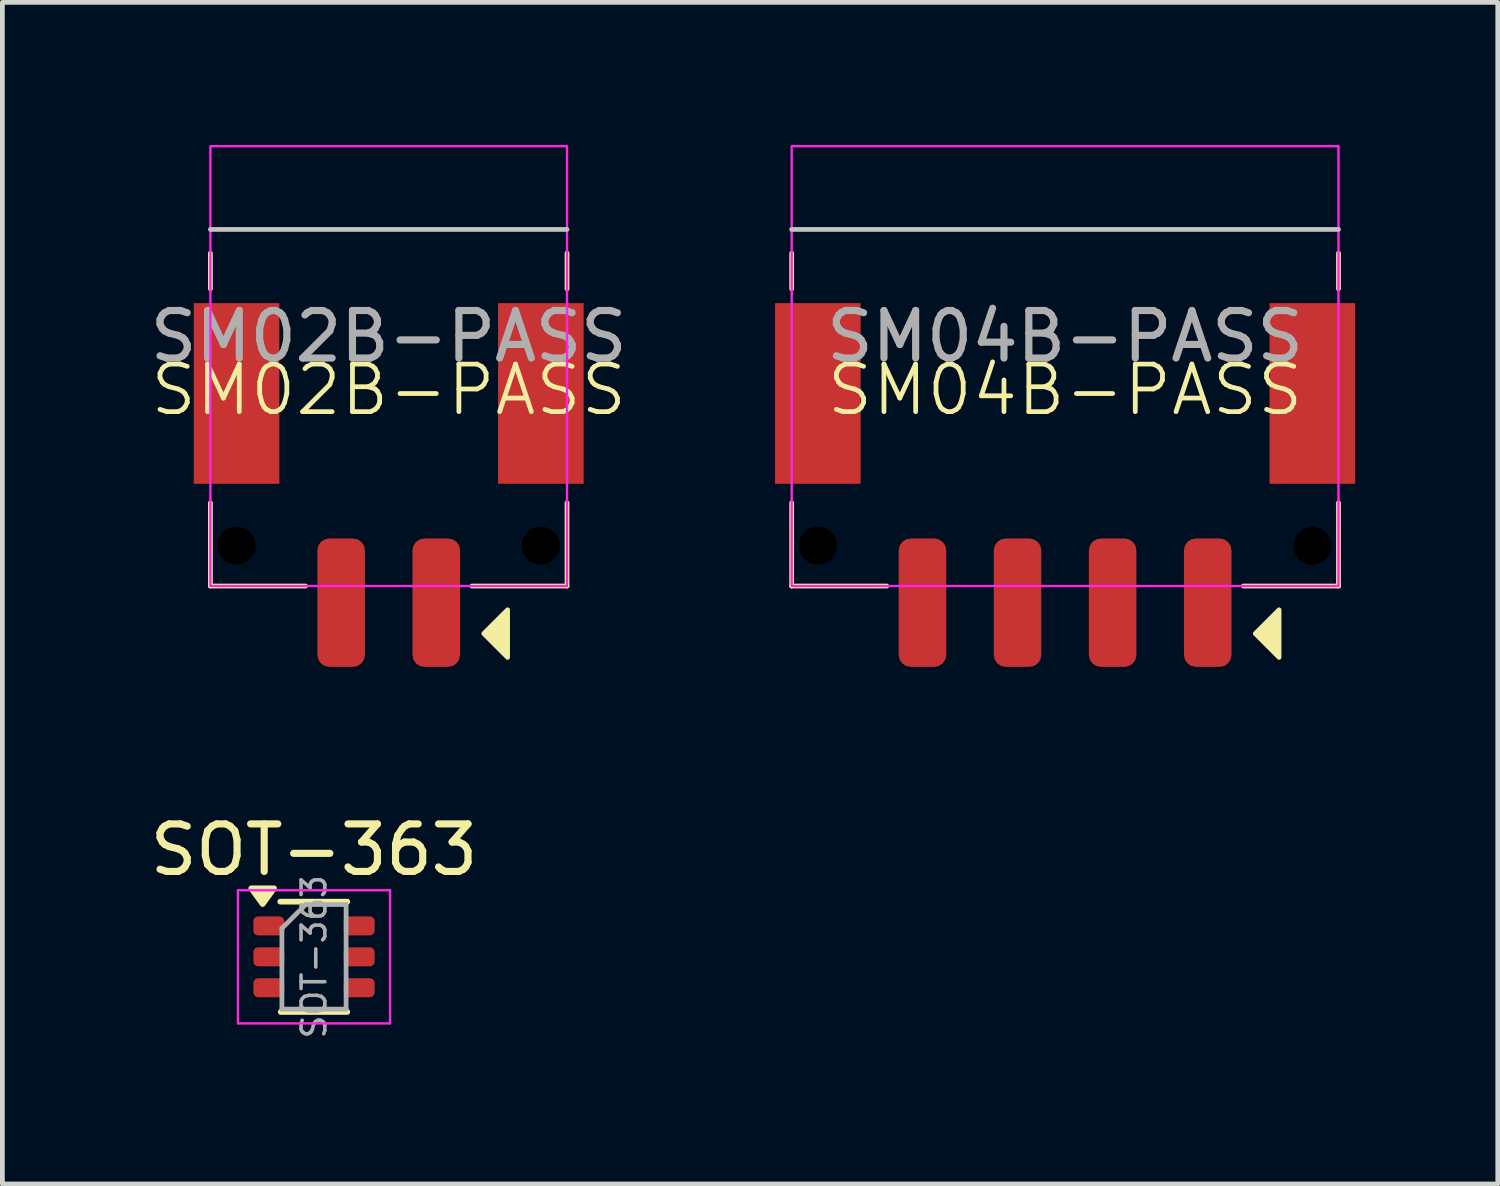
<source format=kicad_pcb>
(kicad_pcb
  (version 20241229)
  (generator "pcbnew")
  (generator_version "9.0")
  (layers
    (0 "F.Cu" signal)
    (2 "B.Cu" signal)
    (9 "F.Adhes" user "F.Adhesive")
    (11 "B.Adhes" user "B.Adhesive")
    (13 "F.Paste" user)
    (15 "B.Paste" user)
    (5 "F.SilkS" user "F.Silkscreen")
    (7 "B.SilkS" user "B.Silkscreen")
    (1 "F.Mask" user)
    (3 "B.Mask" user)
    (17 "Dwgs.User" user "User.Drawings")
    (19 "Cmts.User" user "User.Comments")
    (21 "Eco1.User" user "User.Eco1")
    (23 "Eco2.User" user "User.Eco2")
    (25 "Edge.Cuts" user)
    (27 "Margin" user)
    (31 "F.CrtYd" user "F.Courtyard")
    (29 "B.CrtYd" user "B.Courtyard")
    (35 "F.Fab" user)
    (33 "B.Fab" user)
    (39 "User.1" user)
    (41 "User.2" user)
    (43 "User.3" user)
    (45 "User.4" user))
  (footprint "SOT-363"
    (layer "F.Cu")
    (at 3.554 17.073)
    (property "Reference" "SOT-363" (at 0 -2.25 0) (layer "F.SilkS") (effects (font (size 1 1) (thickness 0.15))))
    (attr smd)
    (fp_line (start -0.71 -1.16) (end 0.7 -1.16) (stroke (width 0.12) (type solid)) (layer "F.SilkS"))
    (fp_line (start -0.7 1.16) (end 0.7 1.16) (stroke (width 0.12) (type solid)) (layer "F.SilkS"))
    (fp_poly (pts (xy -1.08 -1.11) (xy -1.32 -1.44) (xy -0.84 -1.44) (xy -1.08 -1.11)) (stroke (width 0.12) (type solid)) (fill yes) (layer "F.SilkS"))
    (fp_rect (start -1.175 -0.75) (end -0.875 -0.55) (stroke (width 0.2) (type solid)) (fill yes) (layer "F.Paste"))
    (fp_rect (start -1.175 -0.1) (end -0.875 0.1) (stroke (width 0.2) (type solid)) (fill yes) (layer "F.Paste"))
    (fp_rect (start -1.175 0.55) (end -0.875 0.75) (stroke (width 0.2) (type solid)) (fill yes) (layer "F.Paste"))
    (fp_rect (start 1.175 -0.55) (end 0.875 -0.75) (stroke (width 0.2) (type solid)) (fill yes) (layer "F.Paste"))
    (fp_rect (start 1.175 0.1) (end 0.875 -0.1) (stroke (width 0.2) (type solid)) (fill yes) (layer "F.Paste"))
    (fp_rect (start 1.175 0.75) (end 0.875 0.55) (stroke (width 0.2) (type solid)) (fill yes) (layer "F.Paste"))
    (fp_line (start -1.6 -1.4) (end -1.6 1.4) (stroke (width 0.05) (type solid)) (layer "F.CrtYd"))
    (fp_line (start -1.6 -1.4) (end 1.6 -1.4) (stroke (width 0.05) (type solid)) (layer "F.CrtYd"))
    (fp_line (start -1.6 1.4) (end 1.6 1.4) (stroke (width 0.05) (type solid)) (layer "F.CrtYd"))
    (fp_line (start 1.6 1.4) (end 1.6 -1.4) (stroke (width 0.05) (type solid)) (layer "F.CrtYd"))
    (fp_line (start -0.675 -0.6) (end -0.675 1.1) (stroke (width 0.1) (type solid)) (layer "F.Fab"))
    (fp_line (start -0.175 -1.1) (end -0.675 -0.6) (stroke (width 0.1) (type solid)) (layer "F.Fab"))
    (fp_line (start 0.675 -1.1) (end -0.175 -1.1) (stroke (width 0.1) (type solid)) (layer "F.Fab"))
    (fp_line (start 0.675 -1.1) (end 0.675 1.1) (stroke (width 0.1) (type solid)) (layer "F.Fab"))
    (fp_line (start 0.675 1.1) (end -0.675 1.1) (stroke (width 0.1) (type solid)) (layer "F.Fab"))
    (fp_text user "${REFERENCE}" (at 0 0 90) (layer "F.Fab") (effects (font (size 0.5 0.5) (thickness 0.075))))
    (pad "1" smd roundrect (at -0.95 -0.65) (size 0.65 0.4) (layers "F.Cu" "F.Mask") (roundrect_rratio 0.25))
    (pad "2" smd roundrect (at -0.95 0) (size 0.65 0.4) (layers "F.Cu" "F.Mask") (roundrect_rratio 0.25))
    (pad "3" smd roundrect (at -0.95 0.65) (size 0.65 0.4) (layers "F.Cu" "F.Mask") (roundrect_rratio 0.25))
    (pad "4" smd roundrect (at 0.95 0.65) (size 0.65 0.4) (layers "F.Cu" "F.Mask") (roundrect_rratio 0.25))
    (pad "5" smd roundrect (at 0.95 0) (size 0.65 0.4) (layers "F.Cu" "F.Mask") (roundrect_rratio 0.25))
    (pad "6" smd roundrect (at 0.95 -0.65) (size 0.65 0.4) (layers "F.Cu" "F.Mask") (roundrect_rratio 0.25)))
  (footprint "SM04B-PASS"
    (layer "F.Cu")
    (at 19.35 1.775)
    (property "Reference" "SM04B-PASS" (at 0 3.375 0) (unlocked yes) (layer "F.SilkS") (effects (font (size 1 1) (thickness 0.1))))
    (attr smd)
    (fp_line (start -5.75 0.5) (end -5.75 1.25) (stroke (width 0.1) (type default)) (layer "F.SilkS"))
    (fp_line (start -5.75 5.75) (end -5.75 7.5) (stroke (width 0.1) (type default)) (layer "F.SilkS"))
    (fp_line (start -5.75 7.5) (end -3.75 7.5) (stroke (width 0.1) (type default)) (layer "F.SilkS"))
    (fp_line (start 5.75 0.5) (end 5.75 1.25) (stroke (width 0.1) (type default)) (layer "F.SilkS"))
    (fp_line (start 5.75 5.75) (end 5.75 7.5) (stroke (width 0.1) (type default)) (layer "F.SilkS"))
    (fp_line (start 5.75 7.5) (end 3.75 7.5) (stroke (width 0.1) (type default)) (layer "F.SilkS"))
    (fp_poly (pts (xy 4 8.5) (xy 4.5 9) (xy 4.5 8)) (stroke (width 0.1) (type solid)) (fill yes) (layer "F.SilkS"))
    (fp_line (start 5.75 0) (end -5.75 0) (stroke (width 0.1) (type default)) (layer "Dwgs.User"))
    (fp_rect (start -5.75 -1.75) (end 5.75 7.5) (stroke (width 0.05) (type default)) (fill no) (layer "F.CrtYd"))
    (fp_text user "${REFERENCE}" (at 0 2.25 0) (unlocked yes) (layer "F.Fab") (effects (font (size 1 1) (thickness 0.15))))
    (pad "" smd rect (at -5.2 3.45) (size 1.8 3.8) (layers "F.Cu" "F.Mask" "F.Paste"))
    (pad "" np_thru_hole circle (at -5.2 6.65) (size 0.8 0.8) (drill 0.8) (layers "*.Mask"))
    (pad "" smd rect (at 5.2 3.45) (size 1.8 3.8) (layers "F.Cu" "F.Mask" "F.Paste"))
    (pad "" np_thru_hole circle (at 5.2 6.65) (size 0.8 0.8) (drill 0.8) (layers "*.Mask"))
    (pad "1" smd roundrect (at 3 7.85) (size 1 2.7) (layers "F.Cu" "F.Mask" "F.Paste") (roundrect_rratio 0.25))
    (pad "2" smd roundrect (at 1 7.85) (size 1 2.7) (layers "F.Cu" "F.Mask" "F.Paste") (roundrect_rratio 0.25))
    (pad "3" smd roundrect (at -1 7.85) (size 1 2.7) (layers "F.Cu" "F.Mask" "F.Paste") (roundrect_rratio 0.25))
    (pad "4" smd roundrect (at -3 7.85) (size 1 2.7) (layers "F.Cu" "F.Mask" "F.Paste") (roundrect_rratio 0.25)))
  (footprint "SM02B-PASS"
    (layer "F.Cu")
    (at 5.125 1.775)
    (property "Reference" "SM02B-PASS" (at 0 3.375 0) (unlocked yes) (layer "F.SilkS") (effects (font (size 1 1) (thickness 0.1))))
    (attr smd)
    (fp_line (start -3.75 0.5) (end -3.75 1.25) (stroke (width 0.1) (type default)) (layer "F.SilkS"))
    (fp_line (start -3.75 5.75) (end -3.75 7.5) (stroke (width 0.1) (type default)) (layer "F.SilkS"))
    (fp_line (start -3.75 7.5) (end -1.75 7.5) (stroke (width 0.1) (type default)) (layer "F.SilkS"))
    (fp_line (start 3.75 0.5) (end 3.75 1.25) (stroke (width 0.1) (type default)) (layer "F.SilkS"))
    (fp_line (start 3.75 5.75) (end 3.75 7.5) (stroke (width 0.1) (type default)) (layer "F.SilkS"))
    (fp_line (start 3.75 7.5) (end 1.75 7.5) (stroke (width 0.1) (type default)) (layer "F.SilkS"))
    (fp_poly (pts (xy 2 8.5) (xy 2.5 9) (xy 2.5 8)) (stroke (width 0.1) (type solid)) (fill yes) (layer "F.SilkS"))
    (fp_line (start 3.75 0) (end -3.75 0) (stroke (width 0.1) (type default)) (layer "Dwgs.User"))
    (fp_rect (start -3.75 -1.75) (end 3.75 7.5) (stroke (width 0.05) (type default)) (fill no) (layer "F.CrtYd"))
    (fp_text user "${REFERENCE}" (at 0 2.25 0) (unlocked yes) (layer "F.Fab") (effects (font (size 1 1) (thickness 0.15))))
    (pad "" smd rect (at -3.2 3.45) (size 1.8 3.8) (layers "F.Cu" "F.Mask" "F.Paste"))
    (pad "" np_thru_hole circle (at -3.2 6.65) (size 0.8 0.8) (drill 0.8) (layers "*.Mask"))
    (pad "" smd rect (at 3.2 3.45) (size 1.8 3.8) (layers "F.Cu" "F.Mask" "F.Paste"))
    (pad "" np_thru_hole circle (at 3.2 6.65) (size 0.8 0.8) (drill 0.8) (layers "*.Mask"))
    (pad "1" smd roundrect (at 1 7.85) (size 1 2.7) (layers "F.Cu" "F.Mask" "F.Paste") (roundrect_rratio 0.25))
    (pad "2" smd roundrect (at -1 7.85) (size 1 2.7) (layers "F.Cu" "F.Mask" "F.Paste") (roundrect_rratio 0.25)))
  (gr_rect
    (start -3 -3)
    (end 28.45 21.85)
    (stroke (width 0.1) (type default))
    (fill no)
    (layer "Edge.Cuts")))
</source>
